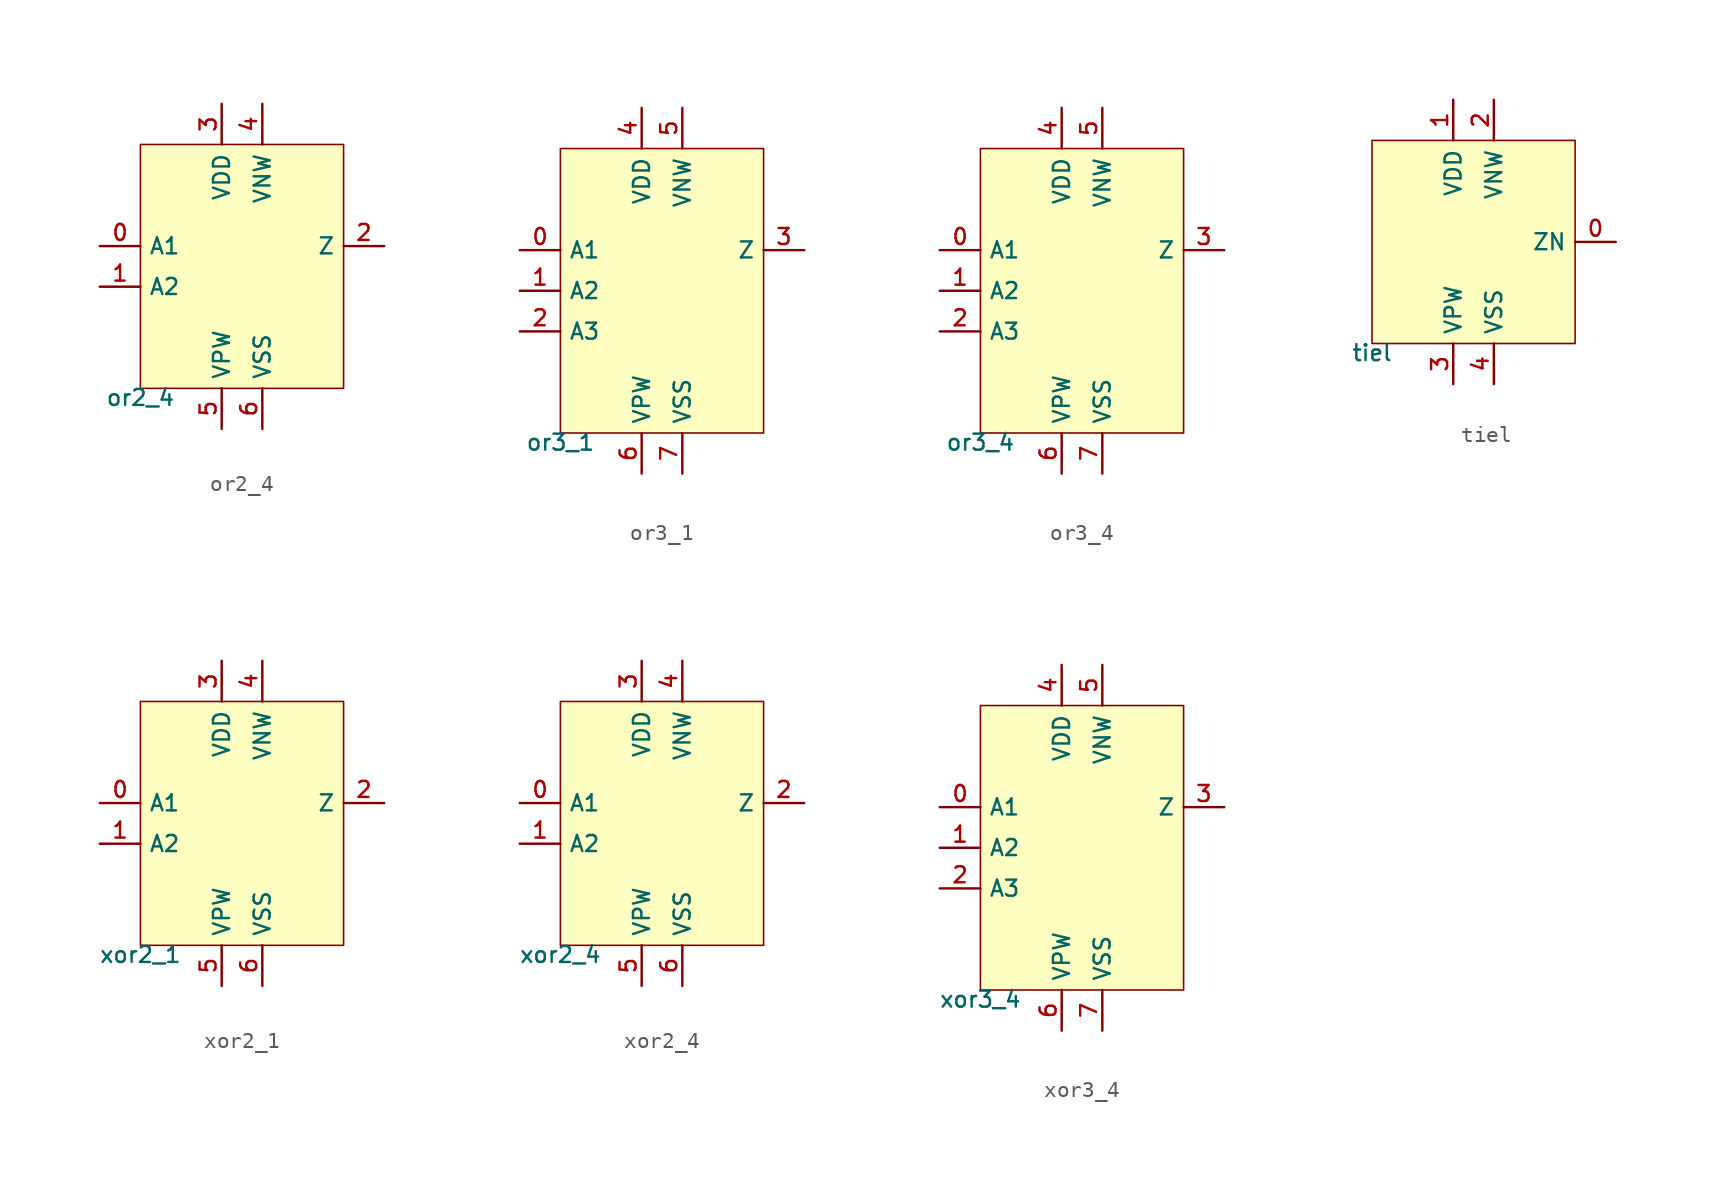
<source format=kicad_sym>
(kicad_symbol_lib
  (version 20211014)
  (generator pdk2kicad)
  (symbol "or2_4"
    (property "Reference" "X"
      (at 0 0 0)
      (effects (font (size 1 1)) hide))
    (property "Value" "or2_4"
      (at -6.35 -7.62 0)
      (effects (font (size 1 1)) (justify top)))
    (rectangle
      (start -6.35 -7.62)
      (end 6.35 7.62)
      (stroke (width 0.1) (type solid) (color 0 0 0 0))
      (fill (type background)))
    (pin input line
      (at -8.89 1.27 0)
      (length 2.54)
      (name "A1" (effects (font (size 1 1)) hide))
      (number "0" (effects (font (size 1 1)) hide)))
    (pin input line
      (at -8.89 -1.27 0)
      (length 2.54)
      (name "A2" (effects (font (size 1 1)) hide))
      (number "1" (effects (font (size 1 1)) hide)))
    (pin output line
      (at 8.89 1.27 180)
      (length 2.54)
      (name "Z" (effects (font (size 1 1)) hide))
      (number "2" (effects (font (size 1 1)) hide)))
    (pin power_in line
      (at -1.27 10.16 270)
      (length 2.54)
      (name "VDD" (effects (font (size 1 1)) hide))
      (number "3" (effects (font (size 1 1)) hide)))
    (pin power_in line
      (at 1.27 10.16 270)
      (length 2.54)
      (name "VNW" (effects (font (size 1 1)) hide))
      (number "4" (effects (font (size 1 1)) hide)))
    (pin power_in line
      (at -1.27 -10.16 90)
      (length 2.54)
      (name "VPW" (effects (font (size 1 1)) hide))
      (number "5" (effects (font (size 1 1)) hide)))
    (pin power_in line
      (at 1.27 -10.16 90)
      (length 2.54)
      (name "VSS" (effects (font (size 1 1)) hide))
      (number "6" (effects (font (size 1 1)) hide))))
  (symbol "or3_1"
    (property "Reference" "X"
      (at 0 0 0)
      (effects (font (size 1 1)) hide))
    (property "Value" "or3_1"
      (at -6.35 -8.89 0)
      (effects (font (size 1 1)) (justify top)))
    (rectangle
      (start -6.35 -8.89)
      (end 6.35 8.89)
      (stroke (width 0.1) (type solid) (color 0 0 0 0))
      (fill (type background)))
    (pin input line
      (at -8.89 2.54 0)
      (length 2.54)
      (name "A1" (effects (font (size 1 1)) hide))
      (number "0" (effects (font (size 1 1)) hide)))
    (pin input line
      (at -8.89 4.440892098500626e-16 0)
      (length 2.54)
      (name "A2" (effects (font (size 1 1)) hide))
      (number "1" (effects (font (size 1 1)) hide)))
    (pin input line
      (at -8.89 -2.54 0)
      (length 2.54)
      (name "A3" (effects (font (size 1 1)) hide))
      (number "2" (effects (font (size 1 1)) hide)))
    (pin output line
      (at 8.89 2.54 180)
      (length 2.54)
      (name "Z" (effects (font (size 1 1)) hide))
      (number "3" (effects (font (size 1 1)) hide)))
    (pin power_in line
      (at -1.27 11.43 270)
      (length 2.54)
      (name "VDD" (effects (font (size 1 1)) hide))
      (number "4" (effects (font (size 1 1)) hide)))
    (pin power_in line
      (at 1.27 11.43 270)
      (length 2.54)
      (name "VNW" (effects (font (size 1 1)) hide))
      (number "5" (effects (font (size 1 1)) hide)))
    (pin power_in line
      (at -1.27 -11.43 90)
      (length 2.54)
      (name "VPW" (effects (font (size 1 1)) hide))
      (number "6" (effects (font (size 1 1)) hide)))
    (pin power_in line
      (at 1.27 -11.43 90)
      (length 2.54)
      (name "VSS" (effects (font (size 1 1)) hide))
      (number "7" (effects (font (size 1 1)) hide))))
  (symbol "or3_4"
    (property "Reference" "X"
      (at 0 0 0)
      (effects (font (size 1 1)) hide))
    (property "Value" "or3_4"
      (at -6.35 -8.89 0)
      (effects (font (size 1 1)) (justify top)))
    (rectangle
      (start -6.35 -8.89)
      (end 6.35 8.89)
      (stroke (width 0.1) (type solid) (color 0 0 0 0))
      (fill (type background)))
    (pin input line
      (at -8.89 2.54 0)
      (length 2.54)
      (name "A1" (effects (font (size 1 1)) hide))
      (number "0" (effects (font (size 1 1)) hide)))
    (pin input line
      (at -8.89 4.440892098500626e-16 0)
      (length 2.54)
      (name "A2" (effects (font (size 1 1)) hide))
      (number "1" (effects (font (size 1 1)) hide)))
    (pin input line
      (at -8.89 -2.54 0)
      (length 2.54)
      (name "A3" (effects (font (size 1 1)) hide))
      (number "2" (effects (font (size 1 1)) hide)))
    (pin output line
      (at 8.89 2.54 180)
      (length 2.54)
      (name "Z" (effects (font (size 1 1)) hide))
      (number "3" (effects (font (size 1 1)) hide)))
    (pin power_in line
      (at -1.27 11.43 270)
      (length 2.54)
      (name "VDD" (effects (font (size 1 1)) hide))
      (number "4" (effects (font (size 1 1)) hide)))
    (pin power_in line
      (at 1.27 11.43 270)
      (length 2.54)
      (name "VNW" (effects (font (size 1 1)) hide))
      (number "5" (effects (font (size 1 1)) hide)))
    (pin power_in line
      (at -1.27 -11.43 90)
      (length 2.54)
      (name "VPW" (effects (font (size 1 1)) hide))
      (number "6" (effects (font (size 1 1)) hide)))
    (pin power_in line
      (at 1.27 -11.43 90)
      (length 2.54)
      (name "VSS" (effects (font (size 1 1)) hide))
      (number "7" (effects (font (size 1 1)) hide))))
  (symbol "tiel"
    (property "Reference" "X"
      (at 0 0 0)
      (effects (font (size 1 1)) hide))
    (property "Value" "tiel"
      (at -6.35 -6.35 0)
      (effects (font (size 1 1)) (justify top)))
    (rectangle
      (start -6.35 -6.35)
      (end 6.35 6.35)
      (stroke (width 0.1) (type solid) (color 0 0 0 0))
      (fill (type background)))
    (pin output line
      (at 8.89 -4.440892098500626e-16 180)
      (length 2.54)
      (name "ZN" (effects (font (size 1 1)) hide))
      (number "0" (effects (font (size 1 1)) hide)))
    (pin power_in line
      (at -1.27 8.89 270)
      (length 2.54)
      (name "VDD" (effects (font (size 1 1)) hide))
      (number "1" (effects (font (size 1 1)) hide)))
    (pin power_in line
      (at 1.27 8.89 270)
      (length 2.54)
      (name "VNW" (effects (font (size 1 1)) hide))
      (number "2" (effects (font (size 1 1)) hide)))
    (pin power_in line
      (at -1.27 -8.89 90)
      (length 2.54)
      (name "VPW" (effects (font (size 1 1)) hide))
      (number "3" (effects (font (size 1 1)) hide)))
    (pin power_in line
      (at 1.27 -8.89 90)
      (length 2.54)
      (name "VSS" (effects (font (size 1 1)) hide))
      (number "4" (effects (font (size 1 1)) hide))))
  (symbol "xor2_1"
    (property "Reference" "X"
      (at 0 0 0)
      (effects (font (size 1 1)) hide))
    (property "Value" "xor2_1"
      (at -6.35 -7.62 0)
      (effects (font (size 1 1)) (justify top)))
    (rectangle
      (start -6.35 -7.62)
      (end 6.35 7.62)
      (stroke (width 0.1) (type solid) (color 0 0 0 0))
      (fill (type background)))
    (pin input line
      (at -8.89 1.27 0)
      (length 2.54)
      (name "A1" (effects (font (size 1 1)) hide))
      (number "0" (effects (font (size 1 1)) hide)))
    (pin input line
      (at -8.89 -1.27 0)
      (length 2.54)
      (name "A2" (effects (font (size 1 1)) hide))
      (number "1" (effects (font (size 1 1)) hide)))
    (pin output line
      (at 8.89 1.27 180)
      (length 2.54)
      (name "Z" (effects (font (size 1 1)) hide))
      (number "2" (effects (font (size 1 1)) hide)))
    (pin power_in line
      (at -1.27 10.16 270)
      (length 2.54)
      (name "VDD" (effects (font (size 1 1)) hide))
      (number "3" (effects (font (size 1 1)) hide)))
    (pin power_in line
      (at 1.27 10.16 270)
      (length 2.54)
      (name "VNW" (effects (font (size 1 1)) hide))
      (number "4" (effects (font (size 1 1)) hide)))
    (pin power_in line
      (at -1.27 -10.16 90)
      (length 2.54)
      (name "VPW" (effects (font (size 1 1)) hide))
      (number "5" (effects (font (size 1 1)) hide)))
    (pin power_in line
      (at 1.27 -10.16 90)
      (length 2.54)
      (name "VSS" (effects (font (size 1 1)) hide))
      (number "6" (effects (font (size 1 1)) hide))))
  (symbol "xor2_4"
    (property "Reference" "X"
      (at 0 0 0)
      (effects (font (size 1 1)) hide))
    (property "Value" "xor2_4"
      (at -6.35 -7.62 0)
      (effects (font (size 1 1)) (justify top)))
    (rectangle
      (start -6.35 -7.62)
      (end 6.35 7.62)
      (stroke (width 0.1) (type solid) (color 0 0 0 0))
      (fill (type background)))
    (pin input line
      (at -8.89 1.27 0)
      (length 2.54)
      (name "A1" (effects (font (size 1 1)) hide))
      (number "0" (effects (font (size 1 1)) hide)))
    (pin input line
      (at -8.89 -1.27 0)
      (length 2.54)
      (name "A2" (effects (font (size 1 1)) hide))
      (number "1" (effects (font (size 1 1)) hide)))
    (pin output line
      (at 8.89 1.27 180)
      (length 2.54)
      (name "Z" (effects (font (size 1 1)) hide))
      (number "2" (effects (font (size 1 1)) hide)))
    (pin power_in line
      (at -1.27 10.16 270)
      (length 2.54)
      (name "VDD" (effects (font (size 1 1)) hide))
      (number "3" (effects (font (size 1 1)) hide)))
    (pin power_in line
      (at 1.27 10.16 270)
      (length 2.54)
      (name "VNW" (effects (font (size 1 1)) hide))
      (number "4" (effects (font (size 1 1)) hide)))
    (pin power_in line
      (at -1.27 -10.16 90)
      (length 2.54)
      (name "VPW" (effects (font (size 1 1)) hide))
      (number "5" (effects (font (size 1 1)) hide)))
    (pin power_in line
      (at 1.27 -10.16 90)
      (length 2.54)
      (name "VSS" (effects (font (size 1 1)) hide))
      (number "6" (effects (font (size 1 1)) hide))))
  (symbol "xor3_4"
    (property "Reference" "X"
      (at 0 0 0)
      (effects (font (size 1 1)) hide))
    (property "Value" "xor3_4"
      (at -6.35 -8.89 0)
      (effects (font (size 1 1)) (justify top)))
    (rectangle
      (start -6.35 -8.89)
      (end 6.35 8.89)
      (stroke (width 0.1) (type solid) (color 0 0 0 0))
      (fill (type background)))
    (pin input line
      (at -8.89 2.54 0)
      (length 2.54)
      (name "A1" (effects (font (size 1 1)) hide))
      (number "0" (effects (font (size 1 1)) hide)))
    (pin input line
      (at -8.89 4.440892098500626e-16 0)
      (length 2.54)
      (name "A2" (effects (font (size 1 1)) hide))
      (number "1" (effects (font (size 1 1)) hide)))
    (pin input line
      (at -8.89 -2.54 0)
      (length 2.54)
      (name "A3" (effects (font (size 1 1)) hide))
      (number "2" (effects (font (size 1 1)) hide)))
    (pin output line
      (at 8.89 2.54 180)
      (length 2.54)
      (name "Z" (effects (font (size 1 1)) hide))
      (number "3" (effects (font (size 1 1)) hide)))
    (pin power_in line
      (at -1.27 11.43 270)
      (length 2.54)
      (name "VDD" (effects (font (size 1 1)) hide))
      (number "4" (effects (font (size 1 1)) hide)))
    (pin power_in line
      (at 1.27 11.43 270)
      (length 2.54)
      (name "VNW" (effects (font (size 1 1)) hide))
      (number "5" (effects (font (size 1 1)) hide)))
    (pin power_in line
      (at -1.27 -11.43 90)
      (length 2.54)
      (name "VPW" (effects (font (size 1 1)) hide))
      (number "6" (effects (font (size 1 1)) hide)))
    (pin power_in line
      (at 1.27 -11.43 90)
      (length 2.54)
      (name "VSS" (effects (font (size 1 1)) hide))
      (number "7" (effects (font (size 1 1)) hide)))))
</source>
